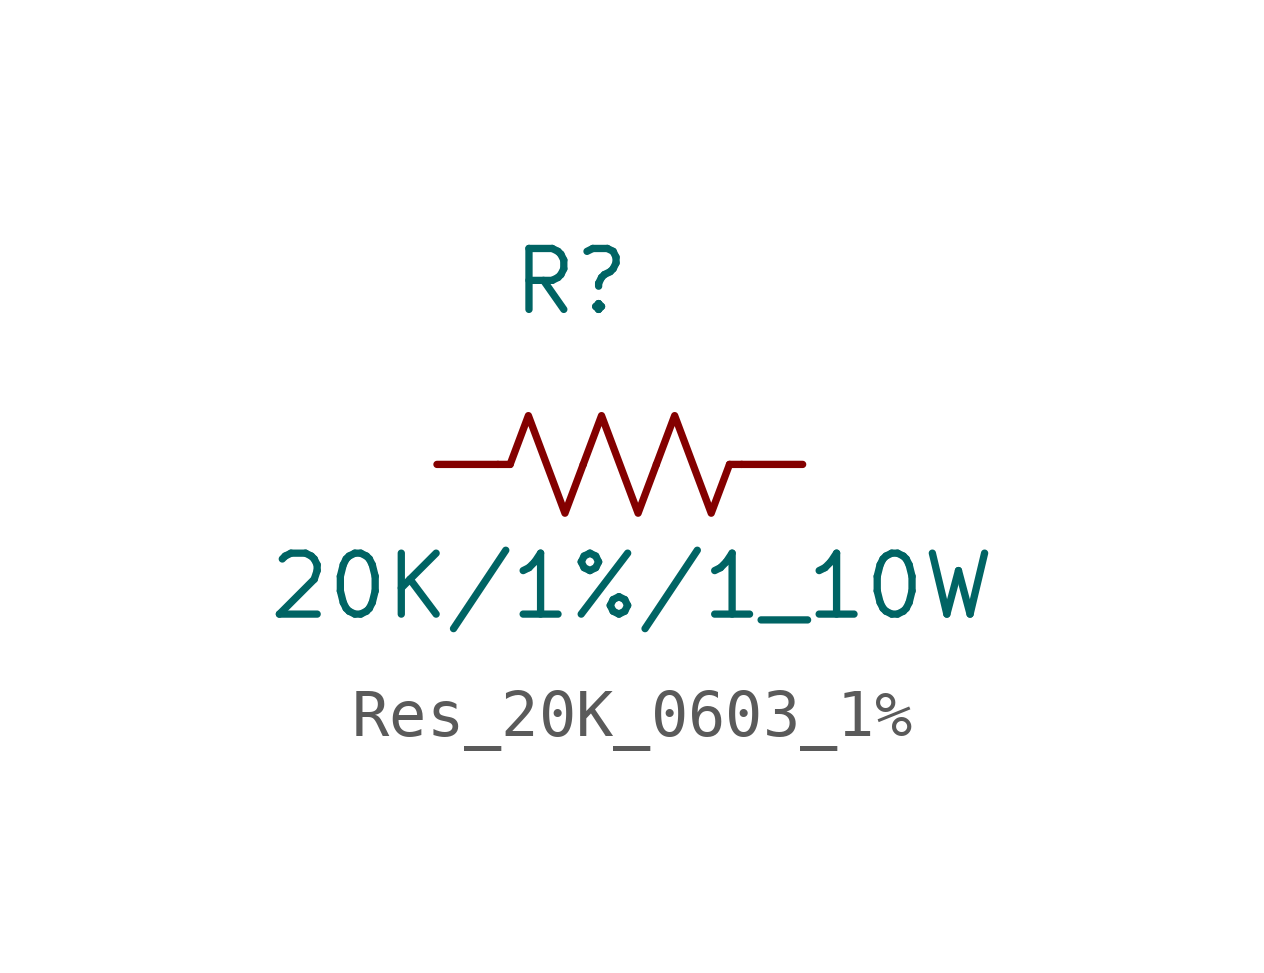
<source format=kicad_sym>
(kicad_symbol_lib
  (version 20231120)
  (generator "kicad_symbol_editor")
  (generator_version "8.0")
  (symbol "Res_20K_0603_1%"
    (pin_numbers hide)
    (pin_names hide)
    (property "Reference" "R"
      (at 2.794 3.81 0)
      (effects (font (size 1.27 1.27))))
    (property "Value" "20K/1%/1_10W"
      (at 4.064 -2.54 0)
      (effects (font (size 1.27 1.27))))
    (symbol "Res_20K_0603_1%_0_1"
      (polyline (pts (xy 1.524 0) (xy 1.27 0)) (stroke (width 0) (type default)) (fill (type none)))
      (polyline (pts (xy 6.096 0) (xy 6.35 0)) (stroke (width 0) (type default)) (fill (type none)))
      (polyline (pts (xy 1.524 0) (xy 1.905 1.016) (xy 2.286 0) (xy 2.667 -1.016) (xy 3.048 0)) (stroke (width 0) (type default)) (fill (type none)))
      (polyline (pts (xy 3.048 0) (xy 3.429 1.016) (xy 3.81 0) (xy 4.191 -1.016) (xy 4.572 0)) (stroke (width 0) (type default)) (fill (type none)))
      (polyline (pts (xy 4.572 0) (xy 4.953 1.016) (xy 5.334 0) (xy 5.715 -1.016) (xy 6.096 0)) (stroke (width 0) (type default)) (fill (type none))))
    (symbol "Res_20K_0603_1%_1_1"
      (pin passive line (at 0 0 0) (length 1.27) (name "~" (effects (font (size 1.27 1.27)))) (number "1" (effects (font (size 1.27 1.27)))))
      (pin passive line (at 7.62 0 180) (length 1.27) (name "~" (effects (font (size 1.27 1.27)))) (number "2" (effects (font (size 1.27 1.27))))))))
</source>
